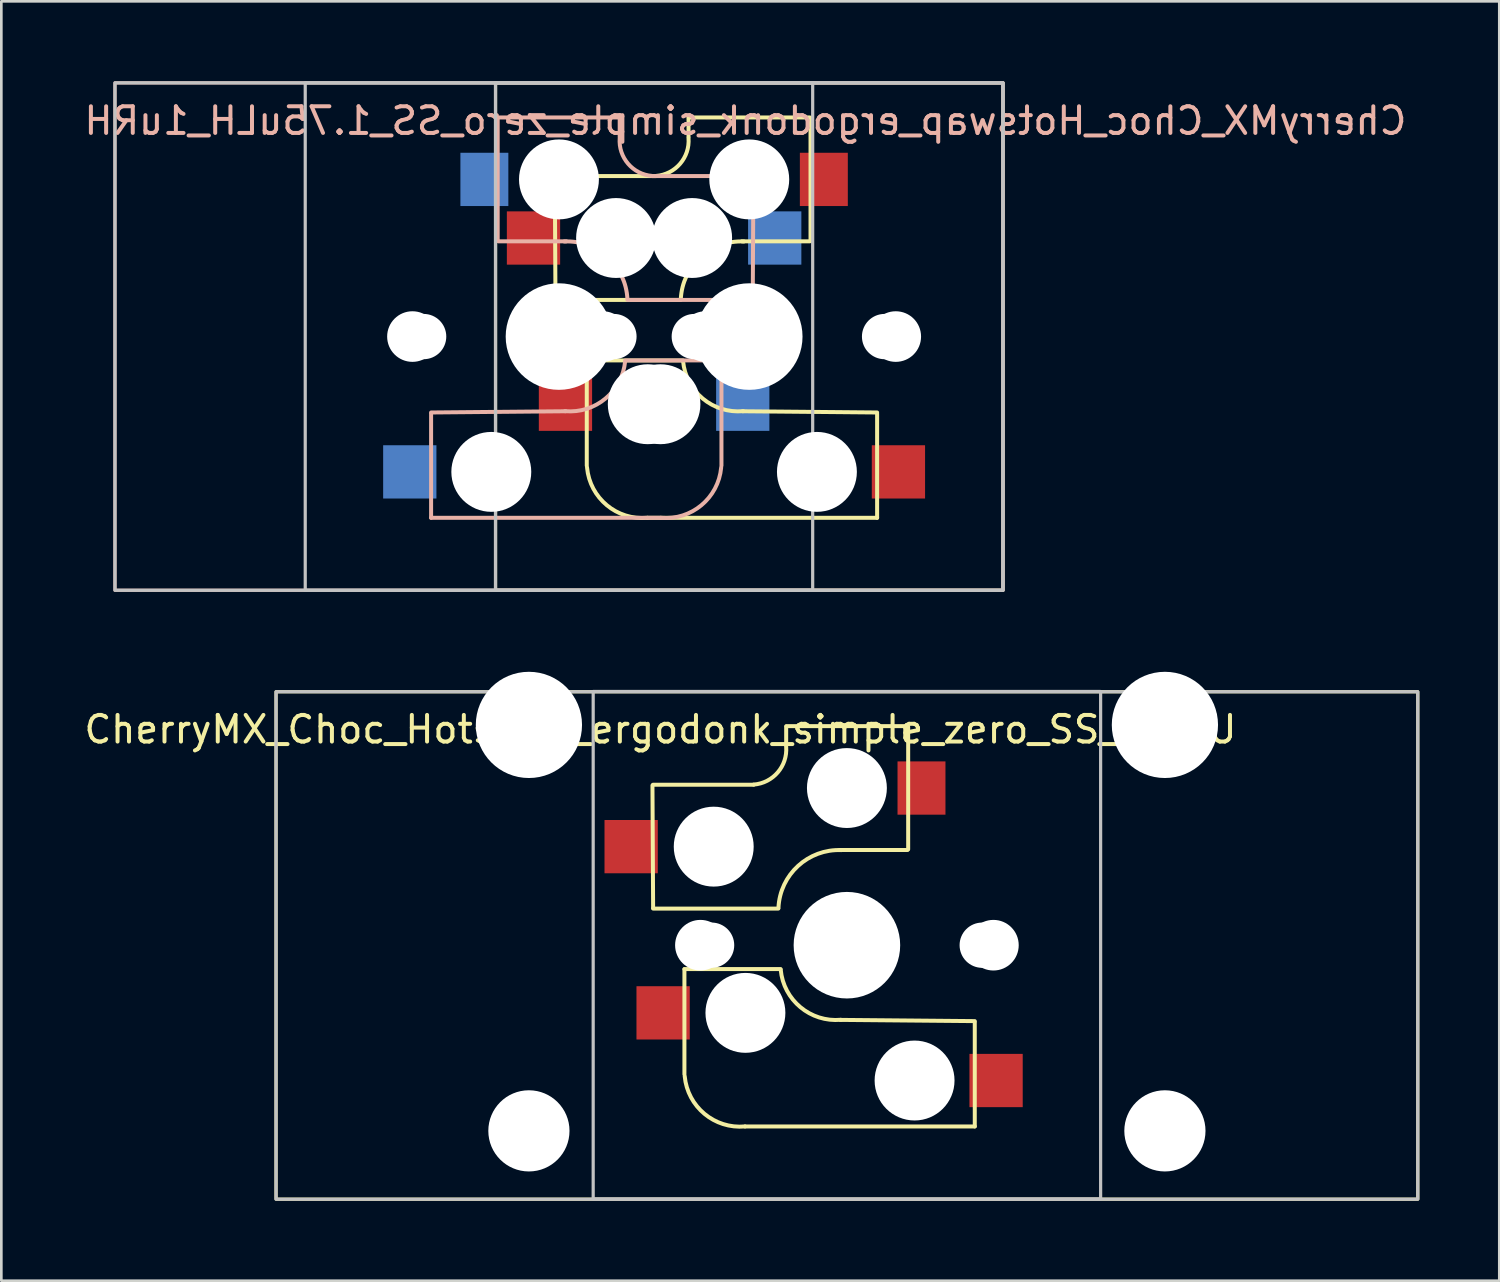
<source format=kicad_pcb>
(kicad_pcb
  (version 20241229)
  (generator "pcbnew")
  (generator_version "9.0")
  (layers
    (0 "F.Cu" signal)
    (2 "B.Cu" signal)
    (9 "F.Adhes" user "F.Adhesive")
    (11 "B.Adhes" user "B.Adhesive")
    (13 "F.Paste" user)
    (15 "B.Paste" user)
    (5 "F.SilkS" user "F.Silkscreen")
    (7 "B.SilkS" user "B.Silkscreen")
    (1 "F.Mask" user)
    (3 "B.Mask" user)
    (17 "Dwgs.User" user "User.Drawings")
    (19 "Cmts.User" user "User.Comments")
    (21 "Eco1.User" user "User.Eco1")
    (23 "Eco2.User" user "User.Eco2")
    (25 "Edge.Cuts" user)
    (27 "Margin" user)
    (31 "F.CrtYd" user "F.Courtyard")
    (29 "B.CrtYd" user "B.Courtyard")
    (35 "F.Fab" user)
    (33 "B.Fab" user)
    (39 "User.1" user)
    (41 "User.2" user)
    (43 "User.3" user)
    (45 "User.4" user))
  (footprint "CherryMX_Choc_Hotswap_ergodonk_simple_zero_SS_1.75uLH_1uRH"
    (layer "F.Cu")
    (at 25.078 9.585)
    (property "Reference" "CherryMX_Choc_Hotswap_ergodonk_simple_zero_SS_1.75uLH_1uRH" (at -0.144 -8.1 180) (layer "B.SilkS") (effects (font (size 1 1) (thickness 0.15)) (justify mirror)))
    (attr through_hole)
    (fp_line (start -7.275 -1.4) (end -7.3 -6) (stroke (width 0.15) (type solid)) (layer "F.SilkS"))
    (fp_line (start -6.1 0.896) (end -2.49 0.896) (stroke (width 0.15) (type solid)) (layer "F.SilkS"))
    (fp_line (start -6.1 4.85) (end -6.1 0.905) (stroke (width 0.15) (type solid)) (layer "F.SilkS"))
    (fp_line (start -3.5 -6.025) (end -7.275 -6.025) (stroke (width 0.15) (type solid)) (layer "F.SilkS"))
    (fp_line (start -2.575 -1.375) (end -7.275 -1.375) (stroke (width 0.15) (type solid)) (layer "F.SilkS"))
    (fp_line (start -2.28 -7.5) (end -2.28 -8.2) (stroke (width 0.15) (type solid)) (layer "F.SilkS"))
    (fp_line (start 2.275 -8.225) (end -2.275 -8.225) (stroke (width 0.15) (type solid)) (layer "F.SilkS"))
    (fp_line (start 2.275 -3.575) (end -0.275 -3.575) (stroke (width 0.15) (type solid)) (layer "F.SilkS"))
    (fp_line (start 2.3 -3.6) (end 2.3 -8.2) (stroke (width 0.15) (type solid)) (layer "F.SilkS"))
    (fp_line (start 4.8 2.85) (end -0.25 2.804) (stroke (width 0.15) (type solid)) (layer "F.SilkS"))
    (fp_line (start 4.8 2.896) (end 4.8 6.804) (stroke (width 0.15) (type solid)) (layer "F.SilkS"))
    (fp_line (start 4.8 6.804) (end -3.825 6.804) (stroke (width 0.15) (type solid)) (layer "F.SilkS"))
    (fp_rect (start -9.525 9.525) (end 9.525 -9.525) (stroke (width 0.12) (type default)) (fill no) (layer "F.SilkS"))
    (fp_arc (start -3.825 6.804) (mid -5.347189 6.33089) (end -6.089 4.92) (stroke (width 0.15) (type solid)) (layer "F.SilkS"))
    (fp_arc (start -2.57 -1.4) (mid -1.834422 -2.975843) (end -0.2 -3.57) (stroke (width 0.15) (type solid)) (layer "F.SilkS"))
    (fp_arc (start -2.28 -7.45) (mid -2.595908 -6.48733) (end -3.5 -6.03) (stroke (width 0.15) (type solid)) (layer "F.SilkS"))
    (fp_arc (start -0.225 2.8) (mid -1.744361 2.328061) (end -2.485 0.92) (stroke (width 0.15) (type solid)) (layer "F.SilkS"))
    (fp_line (start -11.944 2.85) (end -6.894 2.804) (stroke (width 0.15) (type solid)) (layer "B.SilkS"))
    (fp_line (start -11.944 2.896) (end -11.944 6.804) (stroke (width 0.15) (type solid)) (layer "B.SilkS"))
    (fp_line (start -11.944 6.804) (end -3.319 6.804) (stroke (width 0.15) (type solid)) (layer "B.SilkS"))
    (fp_line (start -9.444 -3.6) (end -9.444 -8.2) (stroke (width 0.15) (type solid)) (layer "B.SilkS"))
    (fp_line (start -9.419 -8.225) (end -4.869 -8.225) (stroke (width 0.15) (type solid)) (layer "B.SilkS"))
    (fp_line (start -9.419 -3.575) (end -6.869 -3.575) (stroke (width 0.15) (type solid)) (layer "B.SilkS"))
    (fp_line (start -4.864 -7.5) (end -4.864 -8.2) (stroke (width 0.15) (type solid)) (layer "B.SilkS"))
    (fp_line (start -4.569 -1.375) (end 0.131 -1.375) (stroke (width 0.15) (type solid)) (layer "B.SilkS"))
    (fp_line (start -3.644 -6.025) (end 0.131 -6.025) (stroke (width 0.15) (type solid)) (layer "B.SilkS"))
    (fp_line (start -1.044 0.896) (end -4.654 0.896) (stroke (width 0.15) (type solid)) (layer "B.SilkS"))
    (fp_line (start -1.044 4.85) (end -1.044 0.905) (stroke (width 0.15) (type solid)) (layer "B.SilkS"))
    (fp_line (start 0.131 -1.4) (end 0.156 -6) (stroke (width 0.15) (type solid)) (layer "B.SilkS"))
    (fp_rect (start -23.812 -9.525) (end 9.525 9.525) (stroke (width 0.12) (type default)) (fill no) (layer "B.SilkS"))
    (fp_arc (start -6.94375 -3.57) (mid -5.309328 -2.975843) (end -4.57375 -1.4) (stroke (width 0.15) (type solid)) (layer "B.SilkS"))
    (fp_arc (start -4.65875 0.92) (mid -5.399389 2.328061) (end -6.91875 2.8) (stroke (width 0.15) (type solid)) (layer "B.SilkS"))
    (fp_arc (start -3.64375 -6.03) (mid -4.547842 -6.48733) (end -4.86375 -7.45) (stroke (width 0.15) (type solid)) (layer "B.SilkS"))
    (fp_arc (start -1.05475 4.92) (mid -1.796561 6.33089) (end -3.31875 6.804) (stroke (width 0.15) (type solid)) (layer "B.SilkS"))
    (fp_rect (start -23.812 -9.525) (end 9.525 9.525) (stroke (width 0.12) (type default)) (fill no) (layer "Dwgs.User"))
    (fp_rect (start -9.525 9.525) (end 9.525 -9.525) (stroke (width 0.12) (type default)) (fill no) (layer "Dwgs.User"))
    (fp_rect (start 2.381 9.525) (end -16.669 -9.525) (stroke (width 0.12) (type default)) (fill no) (layer "Dwgs.User"))
    (fp_line (start -16.144 -9) (end -16.144 9) (stroke (width 0.15) (type solid)) (layer "Eco2.User"))
    (fp_line (start -16.144 9) (end 1.856 9) (stroke (width 0.15) (type solid)) (layer "Eco2.User"))
    (fp_line (start -14.144 -7) (end -14.144 7) (stroke (width 0.15) (type solid)) (layer "Eco2.User"))
    (fp_line (start -14.144 7) (end -0.144 7) (stroke (width 0.15) (type solid)) (layer "Eco2.User"))
    (fp_line (start -9 -9) (end 9 -9) (stroke (width 0.15) (type solid)) (layer "Eco2.User"))
    (fp_line (start -9 9) (end -9 -9) (stroke (width 0.15) (type solid)) (layer "Eco2.User"))
    (fp_line (start -7 -7) (end 7 -7) (stroke (width 0.15) (type solid)) (layer "Eco2.User"))
    (fp_line (start -7 7) (end -7 -7) (stroke (width 0.15) (type solid)) (layer "Eco2.User"))
    (fp_line (start -0.144 -7) (end -14.144 -7) (stroke (width 0.15) (type solid)) (layer "Eco2.User"))
    (fp_line (start -0.144 7) (end -0.144 -7) (stroke (width 0.15) (type solid)) (layer "Eco2.User"))
    (fp_line (start 1.856 -9) (end -16.144 -9) (stroke (width 0.15) (type solid)) (layer "Eco2.User"))
    (fp_line (start 1.856 9) (end 1.856 -9) (stroke (width 0.15) (type solid)) (layer "Eco2.User"))
    (fp_line (start 7 -7) (end 7 7) (stroke (width 0.15) (type solid)) (layer "Eco2.User"))
    (fp_line (start 7 7) (end -7 7) (stroke (width 0.15) (type solid)) (layer "Eco2.User"))
    (fp_line (start 9 -9) (end 9 9) (stroke (width 0.15) (type solid)) (layer "Eco2.User"))
    (fp_line (start 9 9) (end -9 9) (stroke (width 0.15) (type solid)) (layer "Eco2.User"))
    (pad "" np_thru_hole circle (at -12.644 0 90) (size 1.9 1.9) (drill 1.9) (layers "*.Cu" "*.Mask"))
    (pad "" np_thru_hole circle (at -12.224 0 180) (size 1.7 1.7) (drill 1.7) (layers "*.Cu" "*.Mask"))
    (pad "" np_thru_hole circle (at -9.684 5.08) (size 3 3) (drill 3) (layers "*.Cu" "*.Mask"))
    (pad "" np_thru_hole circle (at -7.144 -5.9 90) (size 3 3) (drill 3) (layers "*.Cu" "*.Mask"))
    (pad "" np_thru_hole circle (at -7.144 0 90) (size 4 4) (drill 4) (layers "*.Cu" "*.Mask"))
    (pad "" np_thru_hole circle (at -5.5 0 270) (size 1.9 1.9) (drill 1.9) (layers "*.Cu" "*.Mask"))
    (pad "" np_thru_hole circle (at -5.08 0 180) (size 1.7 1.7) (drill 1.7) (layers "*.Cu" "*.Mask"))
    (pad "" np_thru_hole circle (at -5 -3.7 90) (size 3 3) (drill 3) (layers "*.Cu" "*.Mask"))
    (pad "" np_thru_hole circle (at -3.81 2.54) (size 3 3) (drill 3) (layers "*.Cu" "*.Mask"))
    (pad "" np_thru_hole circle (at -3.334 2.54) (size 3 3) (drill 3) (layers "*.Cu" "*.Mask"))
    (pad "" np_thru_hole circle (at -2.144 -3.7 270) (size 3 3) (drill 3) (layers "*.Cu" "*.Mask"))
    (pad "" np_thru_hole circle (at -2.064 0 180) (size 1.7 1.7) (drill 1.7) (layers "*.Cu" "*.Mask"))
    (pad "" np_thru_hole circle (at -1.644 0 90) (size 1.9 1.9) (drill 1.9) (layers "*.Cu" "*.Mask"))
    (pad "" np_thru_hole circle (at 0 -5.9 270) (size 3 3) (drill 3) (layers "*.Cu" "*.Mask"))
    (pad "" np_thru_hole circle (at 0 0 270) (size 4 4) (drill 4) (layers "*.Cu" "*.Mask"))
    (pad "" np_thru_hole circle (at 2.54 5.08) (size 3 3) (drill 3) (layers "*.Cu" "*.Mask"))
    (pad "" np_thru_hole circle (at 5.08 0 180) (size 1.7 1.7) (drill 1.7) (layers "*.Cu" "*.Mask"))
    (pad "" np_thru_hole circle (at 5.5 0 270) (size 1.9 1.9) (drill 1.9) (layers "*.Cu" "*.Mask"))
    (pad "5" smd rect (at -12.744 5.08) (size 2 2) (layers "B.Cu" "B.Mask" "B.Paste"))
    (pad "5" smd rect (at -9.944 -5.9) (size 1.8 2) (layers "B.Cu" "B.Mask" "B.Paste"))
    (pad "5" smd rect (at -6.9 2.54) (size 2 2) (layers "F.Cu" "F.Mask" "F.Paste"))
    (pad "5" smd rect (at 2.8 -5.9) (size 1.8 2) (layers "F.Cu" "F.Mask" "F.Paste"))
    (pad "6" smd rect (at -8.1 -3.7) (size 2 2) (layers "F.Cu" "F.Mask" "F.Paste"))
    (pad "6" smd rect (at -0.244 2.54) (size 2 2) (layers "B.Cu" "B.Mask" "B.Paste"))
    (pad "6" smd rect (at 0.956 -3.7) (size 2 2) (layers "B.Cu" "B.Mask" "B.Paste"))
    (pad "6" smd rect (at 5.6 5.08) (size 2 2) (layers "F.Cu" "F.Mask" "F.Paste")))
  (footprint "CherryMX_Choc_Hotswap_ergodonk_simple_zero_SS_2.25U"
    (layer "F.Cu")
    (at 28.744 32.434)
    (property "Reference" "CherryMX_Choc_Hotswap_ergodonk_simple_zero_SS_2.25U" (at -7 -8.1 180) (layer "F.SilkS") (effects (font (size 1 1) (thickness 0.15))))
    (attr through_hole)
    (fp_line (start -7.275 -1.4) (end -7.3 -6) (stroke (width 0.15) (type solid)) (layer "F.SilkS"))
    (fp_line (start -6.1 0.896) (end -2.49 0.896) (stroke (width 0.15) (type solid)) (layer "F.SilkS"))
    (fp_line (start -6.1 4.85) (end -6.1 0.905) (stroke (width 0.15) (type solid)) (layer "F.SilkS"))
    (fp_line (start -3.5 -6.025) (end -7.275 -6.025) (stroke (width 0.15) (type solid)) (layer "F.SilkS"))
    (fp_line (start -2.575 -1.375) (end -7.275 -1.375) (stroke (width 0.15) (type solid)) (layer "F.SilkS"))
    (fp_line (start -2.28 -7.5) (end -2.28 -8.2) (stroke (width 0.15) (type solid)) (layer "F.SilkS"))
    (fp_line (start 2.275 -8.225) (end -2.275 -8.225) (stroke (width 0.15) (type solid)) (layer "F.SilkS"))
    (fp_line (start 2.275 -3.575) (end -0.275 -3.575) (stroke (width 0.15) (type solid)) (layer "F.SilkS"))
    (fp_line (start 2.3 -3.6) (end 2.3 -8.2) (stroke (width 0.15) (type solid)) (layer "F.SilkS"))
    (fp_line (start 4.8 2.85) (end -0.25 2.804) (stroke (width 0.15) (type solid)) (layer "F.SilkS"))
    (fp_line (start 4.8 2.896) (end 4.8 6.804) (stroke (width 0.15) (type solid)) (layer "F.SilkS"))
    (fp_line (start 4.8 6.804) (end -3.825 6.804) (stroke (width 0.15) (type solid)) (layer "F.SilkS"))
    (fp_rect (start 21.431 9.535) (end -21.431 -9.515) (stroke (width 0.12) (type default)) (fill no) (layer "F.SilkS"))
    (fp_arc (start -3.825 6.804) (mid -5.347189 6.33089) (end -6.089 4.92) (stroke (width 0.15) (type solid)) (layer "F.SilkS"))
    (fp_arc (start -2.57 -1.4) (mid -1.834422 -2.975843) (end -0.2 -3.57) (stroke (width 0.15) (type solid)) (layer "F.SilkS"))
    (fp_arc (start -2.28 -7.45) (mid -2.595908 -6.48733) (end -3.5 -6.03) (stroke (width 0.15) (type solid)) (layer "F.SilkS"))
    (fp_arc (start -0.225 2.8) (mid -1.744361 2.328061) (end -2.485 0.92) (stroke (width 0.15) (type solid)) (layer "F.SilkS"))
    (fp_rect (start -9.525 9.525) (end 9.525 -9.525) (stroke (width 0.12) (type default)) (fill no) (layer "Dwgs.User"))
    (fp_rect (start 21.431 9.535) (end -21.431 -9.515) (stroke (width 0.12) (type default)) (fill no) (layer "Dwgs.User"))
    (fp_line (start -9 -9) (end 9 -9) (stroke (width 0.15) (type solid)) (layer "Eco2.User"))
    (fp_line (start -9 9) (end -9 -9) (stroke (width 0.15) (type solid)) (layer "Eco2.User"))
    (fp_line (start -7 -7) (end 7 -7) (stroke (width 0.15) (type solid)) (layer "Eco2.User"))
    (fp_line (start -7 7) (end -7 -7) (stroke (width 0.15) (type solid)) (layer "Eco2.User"))
    (fp_line (start 7 -7) (end 7 7) (stroke (width 0.15) (type solid)) (layer "Eco2.User"))
    (fp_line (start 7 7) (end -7 7) (stroke (width 0.15) (type solid)) (layer "Eco2.User"))
    (fp_line (start 9 -9) (end 9 9) (stroke (width 0.15) (type solid)) (layer "Eco2.User"))
    (fp_line (start 9 9) (end -9 9) (stroke (width 0.15) (type solid)) (layer "Eco2.User"))
    (pad "" np_thru_hole circle (at -11.938 -8.27) (size 3.988 3.988) (drill 3.988) (layers "*.Cu" "*.Mask"))
    (pad "" np_thru_hole circle (at -11.938 6.97) (size 3.048 3.048) (drill 3.048) (layers "*.Cu" "*.Mask"))
    (pad "" np_thru_hole circle (at -5.5 0 270) (size 1.9 1.9) (drill 1.9) (layers "*.Cu" "*.Mask"))
    (pad "" np_thru_hole circle (at -5.08 0 180) (size 1.7 1.7) (drill 1.7) (layers "*.Cu" "*.Mask"))
    (pad "" np_thru_hole circle (at -5 -3.7 90) (size 3 3) (drill 3) (layers "*.Cu" "*.Mask"))
    (pad "" np_thru_hole circle (at -3.81 2.54) (size 3 3) (drill 3) (layers "*.Cu" "*.Mask"))
    (pad "" np_thru_hole circle (at 0 -5.9 270) (size 3 3) (drill 3) (layers "*.Cu" "*.Mask"))
    (pad "" np_thru_hole circle (at 0 0 270) (size 4 4) (drill 4) (layers "*.Cu" "*.Mask"))
    (pad "" np_thru_hole circle (at 2.54 5.08) (size 3 3) (drill 3) (layers "*.Cu" "*.Mask"))
    (pad "" np_thru_hole circle (at 5.08 0 180) (size 1.7 1.7) (drill 1.7) (layers "*.Cu" "*.Mask"))
    (pad "" np_thru_hole circle (at 5.5 0 270) (size 1.9 1.9) (drill 1.9) (layers "*.Cu" "*.Mask"))
    (pad "" np_thru_hole circle (at 11.938 -8.27) (size 3.988 3.988) (drill 3.988) (layers "*.Cu" "*.Mask"))
    (pad "" np_thru_hole circle (at 11.938 6.97) (size 3.048 3.048) (drill 3.048) (layers "*.Cu" "*.Mask"))
    (pad "5" smd rect (at -8.1 -3.7) (size 2 2) (layers "F.Cu" "F.Mask" "F.Paste"))
    (pad "5" smd rect (at -6.9 2.54) (size 2 2) (layers "F.Cu" "F.Mask" "F.Paste"))
    (pad "6" smd rect (at 2.8 -5.9) (size 1.8 2) (layers "F.Cu" "F.Mask" "F.Paste"))
    (pad "6" smd rect (at 5.6 5.08) (size 2 2) (layers "F.Cu" "F.Mask" "F.Paste")))
  (gr_rect
    (start -3 -3)
    (end 53.235 45.029)
    (stroke (width 0.1) (type default))
    (fill no)
    (layer "Edge.Cuts")))
</source>
